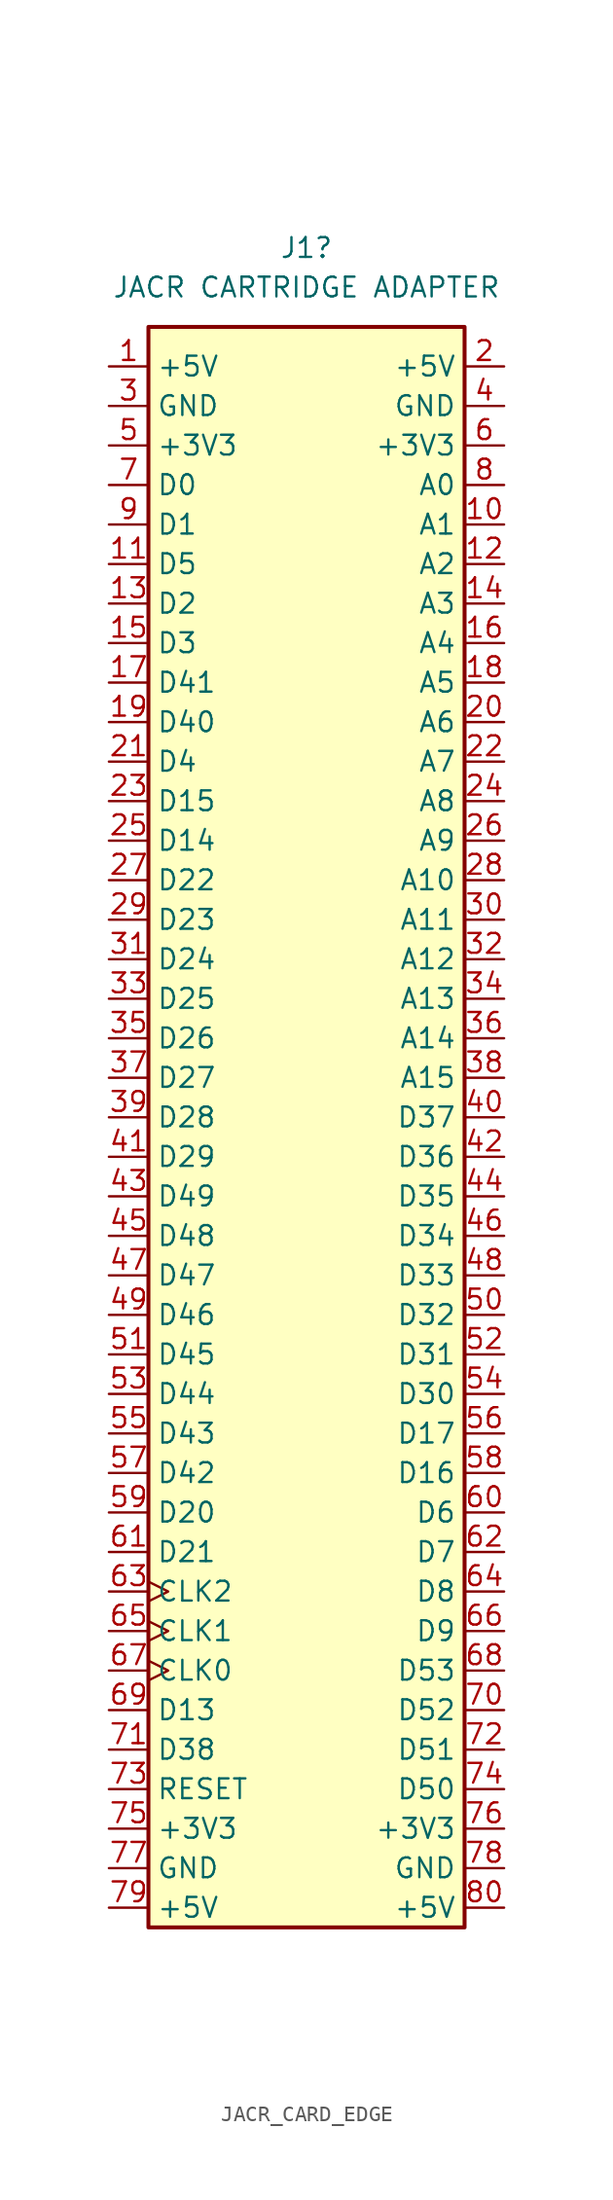
<source format=kicad_sym>
(kicad_symbol_lib
  (version 20241209)
  (generator "kicad_symbol_editor")
  (generator_version "9.0")
  (symbol "JACR_CARD_EDGE"
    (property "Reference" "J1"
      (at 0 54.61 0)
      (effects (font (size 1.27 1.27))))
    (property "Value" "JACR CARTRIDGE ADAPTER"
      (at 0 52.07 0)
      (effects (font (size 1.27 1.27))))
    (symbol "JACR_CARD_EDGE_0_1"
      (rectangle (start -10.16 49.53) (end 10.16 -53.34) (stroke (width 0.254) (type default)) (fill (type background))))
    (symbol "JACR_CARD_EDGE_1_1"
      (pin power_out line (at -12.7 46.99 0) (length 2.54) (name "+5V" (effects (font (size 1.27 1.27)))) (number "1" (effects (font (size 1.27 1.27)))))
      (pin power_in line (at -12.7 44.45 0) (length 2.54) (name "GND" (effects (font (size 1.27 1.27)))) (number "3" (effects (font (size 1.27 1.27)))))
      (pin power_out line (at -12.7 41.91 0) (length 2.54) (name "+3V3" (effects (font (size 1.27 1.27)))) (number "5" (effects (font (size 1.27 1.27)))))
      (pin bidirectional line (at -12.7 39.37 0) (length 2.54) (name "D0" (effects (font (size 1.27 1.27)))) (number "7" (effects (font (size 1.27 1.27)))))
      (pin bidirectional line (at -12.7 36.83 0) (length 2.54) (name "D1" (effects (font (size 1.27 1.27)))) (number "9" (effects (font (size 1.27 1.27)))))
      (pin bidirectional line (at -12.7 34.29 0) (length 2.54) (name "D5" (effects (font (size 1.27 1.27)))) (number "11" (effects (font (size 1.27 1.27)))))
      (pin bidirectional line (at -12.7 31.75 0) (length 2.54) (name "D2" (effects (font (size 1.27 1.27)))) (number "13" (effects (font (size 1.27 1.27)))))
      (pin bidirectional line (at -12.7 29.21 0) (length 2.54) (name "D3" (effects (font (size 1.27 1.27)))) (number "15" (effects (font (size 1.27 1.27)))))
      (pin bidirectional line (at -12.7 26.67 0) (length 2.54) (name "D41" (effects (font (size 1.27 1.27)))) (number "17" (effects (font (size 1.27 1.27)))))
      (pin bidirectional line (at -12.7 24.13 0) (length 2.54) (name "D40" (effects (font (size 1.27 1.27)))) (number "19" (effects (font (size 1.27 1.27)))))
      (pin bidirectional line (at -12.7 21.59 0) (length 2.54) (name "D4" (effects (font (size 1.27 1.27)))) (number "21" (effects (font (size 1.27 1.27)))))
      (pin bidirectional line (at -12.7 19.05 0) (length 2.54) (name "D15" (effects (font (size 1.27 1.27)))) (number "23" (effects (font (size 1.27 1.27)))))
      (pin bidirectional line (at -12.7 16.51 0) (length 2.54) (name "D14" (effects (font (size 1.27 1.27)))) (number "25" (effects (font (size 1.27 1.27)))))
      (pin bidirectional line (at -12.7 13.97 0) (length 2.54) (name "D22" (effects (font (size 1.27 1.27)))) (number "27" (effects (font (size 1.27 1.27)))))
      (pin bidirectional line (at -12.7 11.43 0) (length 2.54) (name "D23" (effects (font (size 1.27 1.27)))) (number "29" (effects (font (size 1.27 1.27)))))
      (pin bidirectional line (at -12.7 8.89 0) (length 2.54) (name "D24" (effects (font (size 1.27 1.27)))) (number "31" (effects (font (size 1.27 1.27)))))
      (pin bidirectional line (at -12.7 6.35 0) (length 2.54) (name "D25" (effects (font (size 1.27 1.27)))) (number "33" (effects (font (size 1.27 1.27)))))
      (pin bidirectional line (at -12.7 3.81 0) (length 2.54) (name "D26" (effects (font (size 1.27 1.27)))) (number "35" (effects (font (size 1.27 1.27)))))
      (pin bidirectional line (at -12.7 1.27 0) (length 2.54) (name "D27" (effects (font (size 1.27 1.27)))) (number "37" (effects (font (size 1.27 1.27)))))
      (pin bidirectional line (at -12.7 -1.27 0) (length 2.54) (name "D28" (effects (font (size 1.27 1.27)))) (number "39" (effects (font (size 1.27 1.27)))))
      (pin bidirectional line (at -12.7 -3.81 0) (length 2.54) (name "D29" (effects (font (size 1.27 1.27)))) (number "41" (effects (font (size 1.27 1.27)))))
      (pin bidirectional line (at -12.7 -6.35 0) (length 2.54) (name "D49" (effects (font (size 1.27 1.27)))) (number "43" (effects (font (size 1.27 1.27)))))
      (pin bidirectional line (at -12.7 -8.89 0) (length 2.54) (name "D48" (effects (font (size 1.27 1.27)))) (number "45" (effects (font (size 1.27 1.27)))))
      (pin bidirectional line (at -12.7 -11.43 0) (length 2.54) (name "D47" (effects (font (size 1.27 1.27)))) (number "47" (effects (font (size 1.27 1.27)))))
      (pin bidirectional line (at -12.7 -13.97 0) (length 2.54) (name "D46" (effects (font (size 1.27 1.27)))) (number "49" (effects (font (size 1.27 1.27)))))
      (pin bidirectional line (at -12.7 -16.51 0) (length 2.54) (name "D45" (effects (font (size 1.27 1.27)))) (number "51" (effects (font (size 1.27 1.27)))))
      (pin bidirectional line (at -12.7 -19.05 0) (length 2.54) (name "D44" (effects (font (size 1.27 1.27)))) (number "53" (effects (font (size 1.27 1.27)))))
      (pin bidirectional line (at -12.7 -21.59 0) (length 2.54) (name "D43" (effects (font (size 1.27 1.27)))) (number "55" (effects (font (size 1.27 1.27)))))
      (pin bidirectional line (at -12.7 -24.13 0) (length 2.54) (name "D42" (effects (font (size 1.27 1.27)))) (number "57" (effects (font (size 1.27 1.27)))))
      (pin bidirectional line (at -12.7 -26.67 0) (length 2.54) (name "D20" (effects (font (size 1.27 1.27)))) (number "59" (effects (font (size 1.27 1.27)))))
      (pin bidirectional line (at -12.7 -29.21 0) (length 2.54) (name "D21" (effects (font (size 1.27 1.27)))) (number "61" (effects (font (size 1.27 1.27)))))
      (pin output clock (at -12.7 -31.75 0) (length 2.54) (name "CLK2" (effects (font (size 1.27 1.27)))) (number "63" (effects (font (size 1.27 1.27)))))
      (pin output clock (at -12.7 -34.29 0) (length 2.54) (name "CLK1" (effects (font (size 1.27 1.27)))) (number "65" (effects (font (size 1.27 1.27)))))
      (pin output clock (at -12.7 -36.83 0) (length 2.54) (name "CLK0" (effects (font (size 1.27 1.27)))) (number "67" (effects (font (size 1.27 1.27)))))
      (pin bidirectional line (at -12.7 -39.37 0) (length 2.54) (name "D13" (effects (font (size 1.27 1.27)))) (number "69" (effects (font (size 1.27 1.27)))))
      (pin bidirectional line (at -12.7 -41.91 0) (length 2.54) (name "D38" (effects (font (size 1.27 1.27)))) (number "71" (effects (font (size 1.27 1.27)))))
      (pin bidirectional line (at -12.7 -44.45 0) (length 2.54) (name "RESET" (effects (font (size 1.27 1.27)))) (number "73" (effects (font (size 1.27 1.27)))))
      (pin power_out line (at -12.7 -46.99 0) (length 2.54) (name "+3V3" (effects (font (size 1.27 1.27)))) (number "75" (effects (font (size 1.27 1.27)))))
      (pin power_in line (at -12.7 -49.53 0) (length 2.54) (name "GND" (effects (font (size 1.27 1.27)))) (number "77" (effects (font (size 1.27 1.27)))))
      (pin power_out line (at -12.7 -52.07 0) (length 2.54) (name "+5V" (effects (font (size 1.27 1.27)))) (number "79" (effects (font (size 1.27 1.27)))))
      (pin power_out line (at 12.7 46.99 180) (length 2.54) (name "+5V" (effects (font (size 1.27 1.27)))) (number "2" (effects (font (size 1.27 1.27)))))
      (pin power_in line (at 12.7 44.45 180) (length 2.54) (name "GND" (effects (font (size 1.27 1.27)))) (number "4" (effects (font (size 1.27 1.27)))))
      (pin power_out line (at 12.7 41.91 180) (length 2.54) (name "+3V3" (effects (font (size 1.27 1.27)))) (number "6" (effects (font (size 1.27 1.27)))))
      (pin bidirectional line (at 12.7 39.37 180) (length 2.54) (name "A0" (effects (font (size 1.27 1.27)))) (number "8" (effects (font (size 1.27 1.27)))))
      (pin bidirectional line (at 12.7 36.83 180) (length 2.54) (name "A1" (effects (font (size 1.27 1.27)))) (number "10" (effects (font (size 1.27 1.27)))))
      (pin bidirectional line (at 12.7 34.29 180) (length 2.54) (name "A2" (effects (font (size 1.27 1.27)))) (number "12" (effects (font (size 1.27 1.27)))))
      (pin bidirectional line (at 12.7 31.75 180) (length 2.54) (name "A3" (effects (font (size 1.27 1.27)))) (number "14" (effects (font (size 1.27 1.27)))))
      (pin bidirectional line (at 12.7 29.21 180) (length 2.54) (name "A4" (effects (font (size 1.27 1.27)))) (number "16" (effects (font (size 1.27 1.27)))))
      (pin bidirectional line (at 12.7 26.67 180) (length 2.54) (name "A5" (effects (font (size 1.27 1.27)))) (number "18" (effects (font (size 1.27 1.27)))))
      (pin bidirectional line (at 12.7 24.13 180) (length 2.54) (name "A6" (effects (font (size 1.27 1.27)))) (number "20" (effects (font (size 1.27 1.27)))))
      (pin bidirectional line (at 12.7 21.59 180) (length 2.54) (name "A7" (effects (font (size 1.27 1.27)))) (number "22" (effects (font (size 1.27 1.27)))))
      (pin bidirectional line (at 12.7 19.05 180) (length 2.54) (name "A8" (effects (font (size 1.27 1.27)))) (number "24" (effects (font (size 1.27 1.27)))))
      (pin bidirectional line (at 12.7 16.51 180) (length 2.54) (name "A9" (effects (font (size 1.27 1.27)))) (number "26" (effects (font (size 1.27 1.27)))))
      (pin bidirectional line (at 12.7 13.97 180) (length 2.54) (name "A10" (effects (font (size 1.27 1.27)))) (number "28" (effects (font (size 1.27 1.27)))))
      (pin bidirectional line (at 12.7 11.43 180) (length 2.54) (name "A11" (effects (font (size 1.27 1.27)))) (number "30" (effects (font (size 1.27 1.27)))))
      (pin bidirectional line (at 12.7 8.89 180) (length 2.54) (name "A12" (effects (font (size 1.27 1.27)))) (number "32" (effects (font (size 1.27 1.27)))))
      (pin bidirectional line (at 12.7 6.35 180) (length 2.54) (name "A13" (effects (font (size 1.27 1.27)))) (number "34" (effects (font (size 1.27 1.27)))))
      (pin bidirectional line (at 12.7 3.81 180) (length 2.54) (name "A14" (effects (font (size 1.27 1.27)))) (number "36" (effects (font (size 1.27 1.27)))))
      (pin bidirectional line (at 12.7 1.27 180) (length 2.54) (name "A15" (effects (font (size 1.27 1.27)))) (number "38" (effects (font (size 1.27 1.27)))))
      (pin bidirectional line (at 12.7 -1.27 180) (length 2.54) (name "D37" (effects (font (size 1.27 1.27)))) (number "40" (effects (font (size 1.27 1.27)))))
      (pin bidirectional line (at 12.7 -3.81 180) (length 2.54) (name "D36" (effects (font (size 1.27 1.27)))) (number "42" (effects (font (size 1.27 1.27)))))
      (pin bidirectional line (at 12.7 -6.35 180) (length 2.54) (name "D35" (effects (font (size 1.27 1.27)))) (number "44" (effects (font (size 1.27 1.27)))))
      (pin bidirectional line (at 12.7 -8.89 180) (length 2.54) (name "D34" (effects (font (size 1.27 1.27)))) (number "46" (effects (font (size 1.27 1.27)))))
      (pin bidirectional line (at 12.7 -11.43 180) (length 2.54) (name "D33" (effects (font (size 1.27 1.27)))) (number "48" (effects (font (size 1.27 1.27)))))
      (pin bidirectional line (at 12.7 -13.97 180) (length 2.54) (name "D32" (effects (font (size 1.27 1.27)))) (number "50" (effects (font (size 1.27 1.27)))))
      (pin bidirectional line (at 12.7 -16.51 180) (length 2.54) (name "D31" (effects (font (size 1.27 1.27)))) (number "52" (effects (font (size 1.27 1.27)))))
      (pin bidirectional line (at 12.7 -19.05 180) (length 2.54) (name "D30" (effects (font (size 1.27 1.27)))) (number "54" (effects (font (size 1.27 1.27)))))
      (pin bidirectional line (at 12.7 -21.59 180) (length 2.54) (name "D17" (effects (font (size 1.27 1.27)))) (number "56" (effects (font (size 1.27 1.27)))))
      (pin bidirectional line (at 12.7 -24.13 180) (length 2.54) (name "D16" (effects (font (size 1.27 1.27)))) (number "58" (effects (font (size 1.27 1.27)))))
      (pin bidirectional line (at 12.7 -26.67 180) (length 2.54) (name "D6" (effects (font (size 1.27 1.27)))) (number "60" (effects (font (size 1.27 1.27)))))
      (pin bidirectional line (at 12.7 -29.21 180) (length 2.54) (name "D7" (effects (font (size 1.27 1.27)))) (number "62" (effects (font (size 1.27 1.27)))))
      (pin bidirectional line (at 12.7 -31.75 180) (length 2.54) (name "D8" (effects (font (size 1.27 1.27)))) (number "64" (effects (font (size 1.27 1.27)))))
      (pin bidirectional line (at 12.7 -34.29 180) (length 2.54) (name "D9" (effects (font (size 1.27 1.27)))) (number "66" (effects (font (size 1.27 1.27)))))
      (pin bidirectional line (at 12.7 -36.83 180) (length 2.54) (name "D53" (effects (font (size 1.27 1.27)))) (number "68" (effects (font (size 1.27 1.27)))))
      (pin bidirectional line (at 12.7 -39.37 180) (length 2.54) (name "D52" (effects (font (size 1.27 1.27)))) (number "70" (effects (font (size 1.27 1.27)))))
      (pin bidirectional line (at 12.7 -41.91 180) (length 2.54) (name "D51" (effects (font (size 1.27 1.27)))) (number "72" (effects (font (size 1.27 1.27)))))
      (pin bidirectional line (at 12.7 -44.45 180) (length 2.54) (name "D50" (effects (font (size 1.27 1.27)))) (number "74" (effects (font (size 1.27 1.27)))))
      (pin power_out line (at 12.7 -46.99 180) (length 2.54) (name "+3V3" (effects (font (size 1.27 1.27)))) (number "76" (effects (font (size 1.27 1.27)))))
      (pin power_in line (at 12.7 -49.53 180) (length 2.54) (name "GND" (effects (font (size 1.27 1.27)))) (number "78" (effects (font (size 1.27 1.27)))))
      (pin power_out line (at 12.7 -52.07 180) (length 2.54) (name "+5V" (effects (font (size 1.27 1.27)))) (number "80" (effects (font (size 1.27 1.27))))))))
</source>
